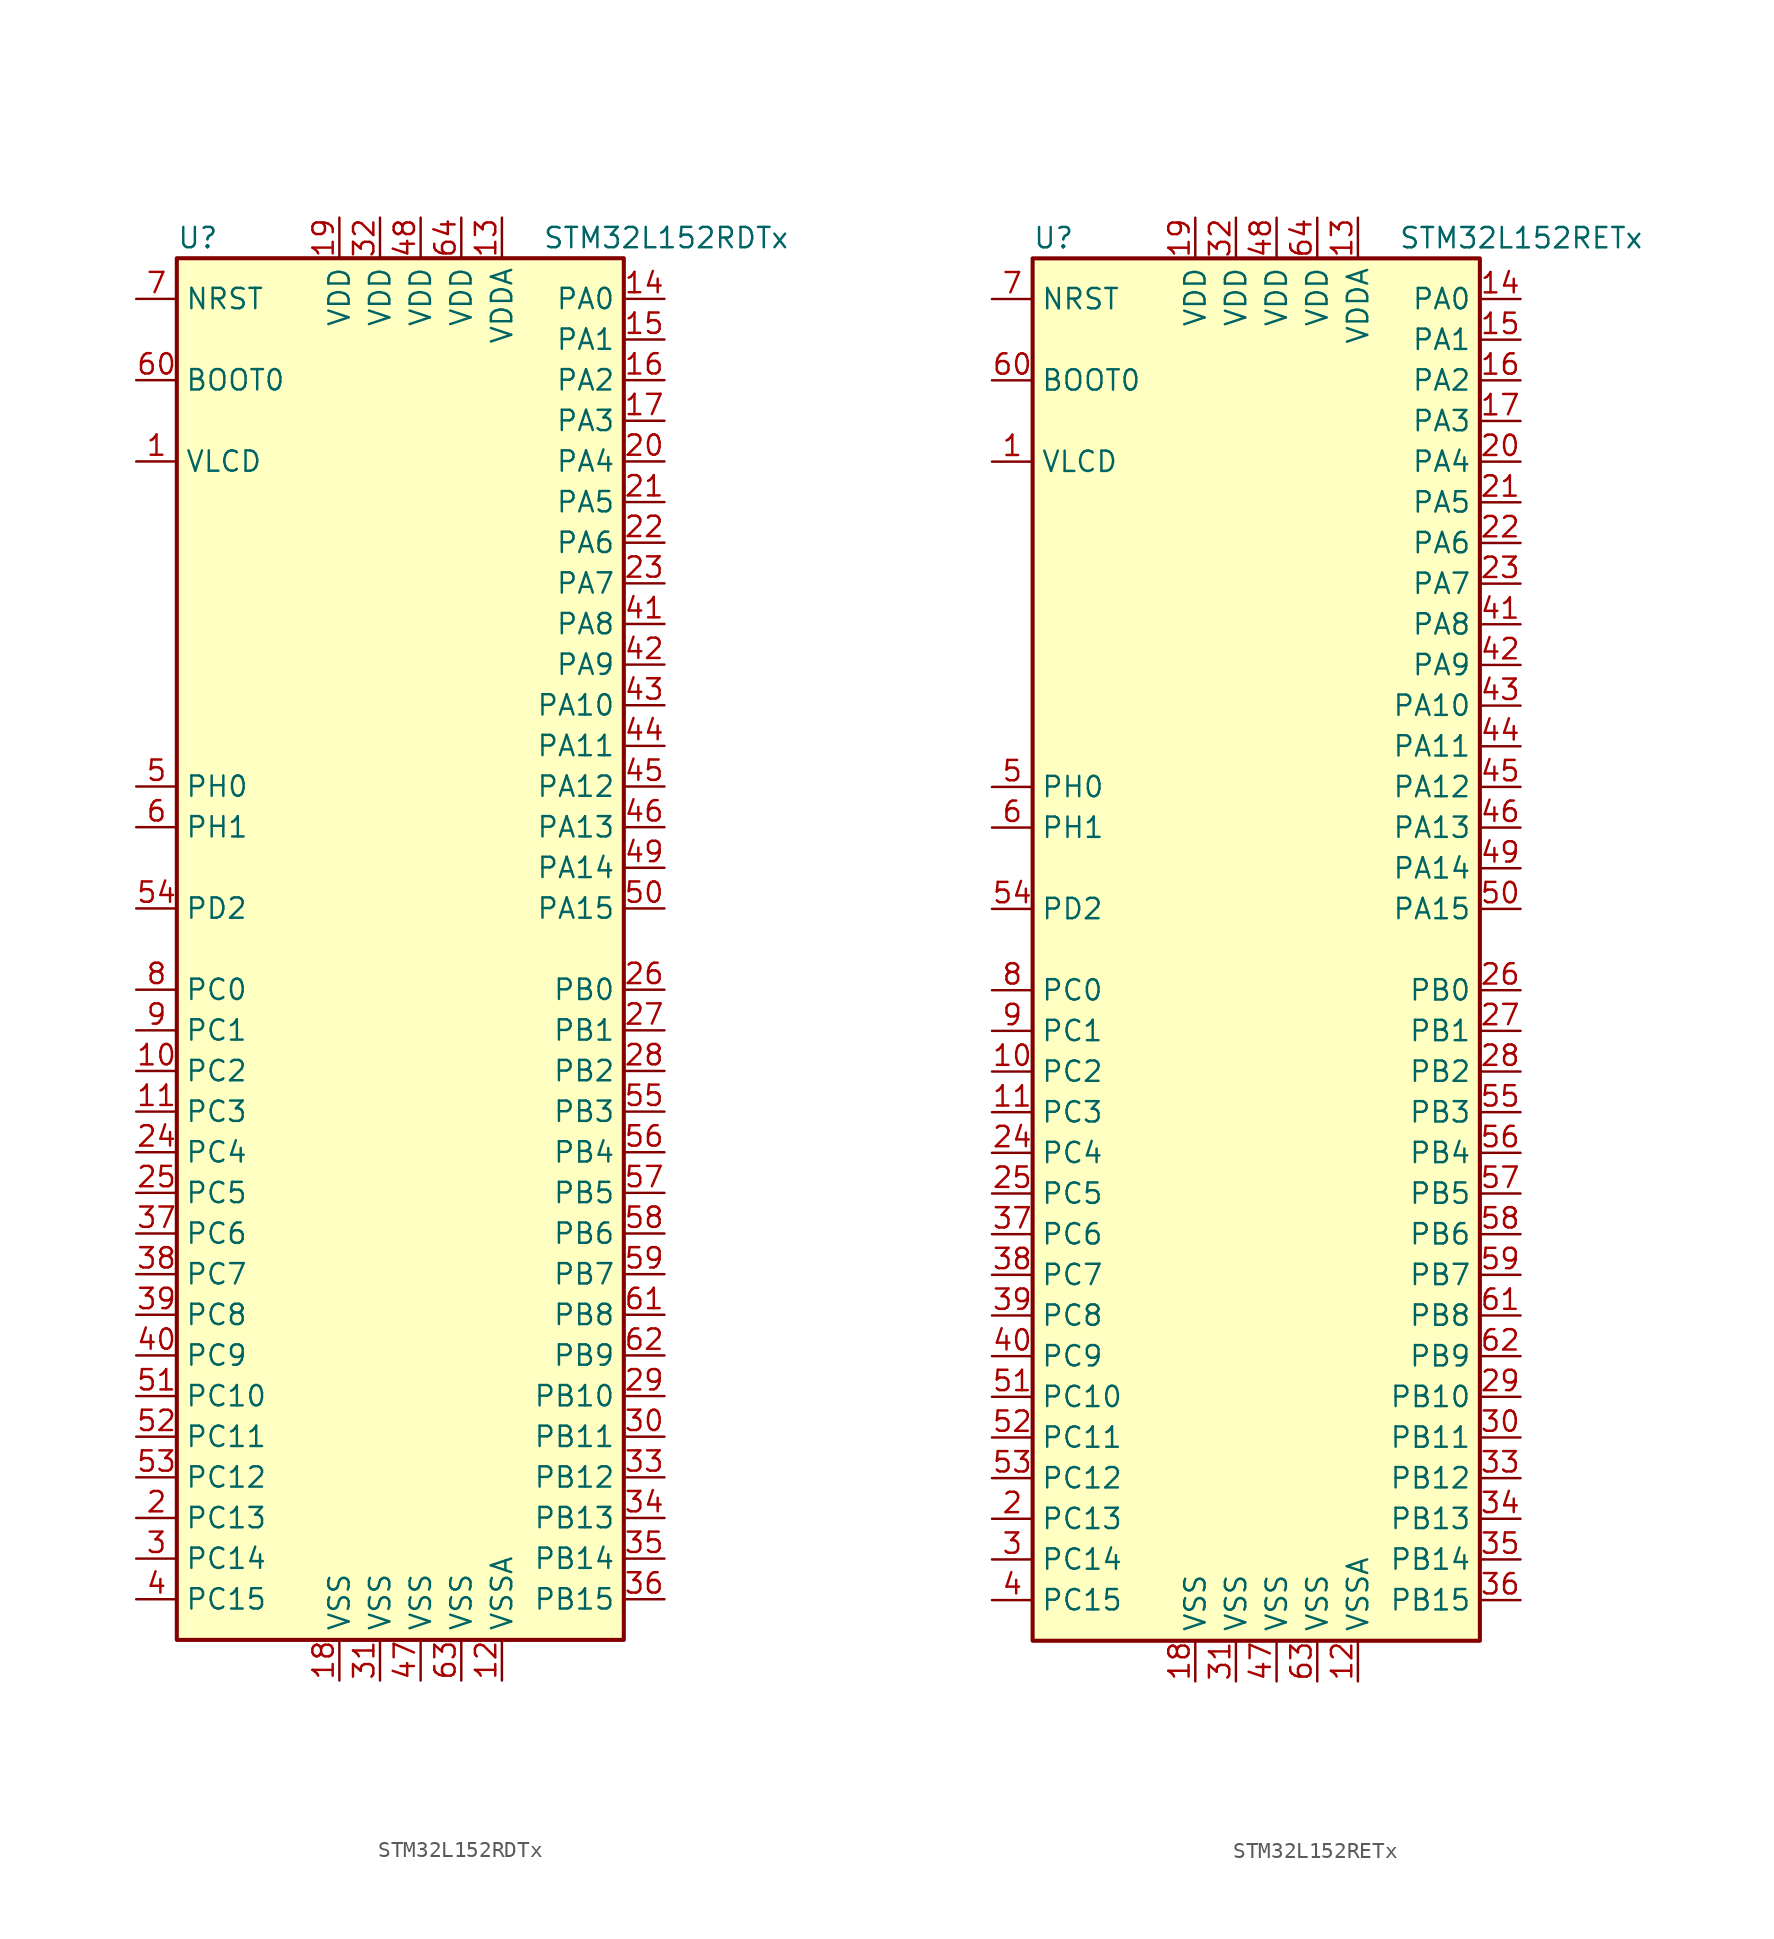
<source format=kicad_sym>
(kicad_symbol_lib
  (version 20211014)
  (generator kicad_symbol_editor)
  (symbol "STM32L152RDTx"
    (property "Reference" "U"
      (at -15.24 44.45 0)
      (effects (font (size 1.27 1.27)) (justify left)))
    (property "Value" "STM32L152RDTx"
      (at 7.62 44.45 0)
      (effects (font (size 1.27 1.27)) (justify left)))
    (symbol "STM32L152RDTx_0_1"
      (rectangle (start -15.24 -43.18) (end 12.7 43.18) (stroke (width 0.254) (type default) (color 0 0 0 0)) (fill (type background))))
    (symbol "STM32L152RDTx_1_1"
      (pin power_in line (at -17.78 30.48 0) (length 2.54) (name "VLCD" (effects (font (size 1.27 1.27)))) (number "1" (effects (font (size 1.27 1.27)))))
      (pin bidirectional line (at -17.78 -7.62 0) (length 2.54) (name "PC2" (effects (font (size 1.27 1.27)))) (number "10" (effects (font (size 1.27 1.27)))))
      (pin bidirectional line (at -17.78 -10.16 0) (length 2.54) (name "PC3" (effects (font (size 1.27 1.27)))) (number "11" (effects (font (size 1.27 1.27)))))
      (pin power_in line (at 5.08 -45.72 90) (length 2.54) (name "VSSA" (effects (font (size 1.27 1.27)))) (number "12" (effects (font (size 1.27 1.27)))))
      (pin power_in line (at 5.08 45.72 270) (length 2.54) (name "VDDA" (effects (font (size 1.27 1.27)))) (number "13" (effects (font (size 1.27 1.27)))))
      (pin bidirectional line (at 15.24 40.64 180) (length 2.54) (name "PA0" (effects (font (size 1.27 1.27)))) (number "14" (effects (font (size 1.27 1.27)))))
      (pin bidirectional line (at 15.24 38.1 180) (length 2.54) (name "PA1" (effects (font (size 1.27 1.27)))) (number "15" (effects (font (size 1.27 1.27)))))
      (pin bidirectional line (at 15.24 35.56 180) (length 2.54) (name "PA2" (effects (font (size 1.27 1.27)))) (number "16" (effects (font (size 1.27 1.27)))))
      (pin bidirectional line (at 15.24 33.02 180) (length 2.54) (name "PA3" (effects (font (size 1.27 1.27)))) (number "17" (effects (font (size 1.27 1.27)))))
      (pin power_in line (at -5.08 -45.72 90) (length 2.54) (name "VSS" (effects (font (size 1.27 1.27)))) (number "18" (effects (font (size 1.27 1.27)))))
      (pin power_in line (at -5.08 45.72 270) (length 2.54) (name "VDD" (effects (font (size 1.27 1.27)))) (number "19" (effects (font (size 1.27 1.27)))))
      (pin bidirectional line (at -17.78 -35.56 0) (length 2.54) (name "PC13" (effects (font (size 1.27 1.27)))) (number "2" (effects (font (size 1.27 1.27)))))
      (pin bidirectional line (at 15.24 30.48 180) (length 2.54) (name "PA4" (effects (font (size 1.27 1.27)))) (number "20" (effects (font (size 1.27 1.27)))))
      (pin bidirectional line (at 15.24 27.94 180) (length 2.54) (name "PA5" (effects (font (size 1.27 1.27)))) (number "21" (effects (font (size 1.27 1.27)))))
      (pin bidirectional line (at 15.24 25.4 180) (length 2.54) (name "PA6" (effects (font (size 1.27 1.27)))) (number "22" (effects (font (size 1.27 1.27)))))
      (pin bidirectional line (at 15.24 22.86 180) (length 2.54) (name "PA7" (effects (font (size 1.27 1.27)))) (number "23" (effects (font (size 1.27 1.27)))))
      (pin bidirectional line (at -17.78 -12.7 0) (length 2.54) (name "PC4" (effects (font (size 1.27 1.27)))) (number "24" (effects (font (size 1.27 1.27)))))
      (pin bidirectional line (at -17.78 -15.24 0) (length 2.54) (name "PC5" (effects (font (size 1.27 1.27)))) (number "25" (effects (font (size 1.27 1.27)))))
      (pin bidirectional line (at 15.24 -2.54 180) (length 2.54) (name "PB0" (effects (font (size 1.27 1.27)))) (number "26" (effects (font (size 1.27 1.27)))))
      (pin bidirectional line (at 15.24 -5.08 180) (length 2.54) (name "PB1" (effects (font (size 1.27 1.27)))) (number "27" (effects (font (size 1.27 1.27)))))
      (pin bidirectional line (at 15.24 -7.62 180) (length 2.54) (name "PB2" (effects (font (size 1.27 1.27)))) (number "28" (effects (font (size 1.27 1.27)))))
      (pin bidirectional line (at 15.24 -27.94 180) (length 2.54) (name "PB10" (effects (font (size 1.27 1.27)))) (number "29" (effects (font (size 1.27 1.27)))))
      (pin bidirectional line (at -17.78 -38.1 0) (length 2.54) (name "PC14" (effects (font (size 1.27 1.27)))) (number "3" (effects (font (size 1.27 1.27)))))
      (pin bidirectional line (at 15.24 -30.48 180) (length 2.54) (name "PB11" (effects (font (size 1.27 1.27)))) (number "30" (effects (font (size 1.27 1.27)))))
      (pin power_in line (at -2.54 -45.72 90) (length 2.54) (name "VSS" (effects (font (size 1.27 1.27)))) (number "31" (effects (font (size 1.27 1.27)))))
      (pin power_in line (at -2.54 45.72 270) (length 2.54) (name "VDD" (effects (font (size 1.27 1.27)))) (number "32" (effects (font (size 1.27 1.27)))))
      (pin bidirectional line (at 15.24 -33.02 180) (length 2.54) (name "PB12" (effects (font (size 1.27 1.27)))) (number "33" (effects (font (size 1.27 1.27)))))
      (pin bidirectional line (at 15.24 -35.56 180) (length 2.54) (name "PB13" (effects (font (size 1.27 1.27)))) (number "34" (effects (font (size 1.27 1.27)))))
      (pin bidirectional line (at 15.24 -38.1 180) (length 2.54) (name "PB14" (effects (font (size 1.27 1.27)))) (number "35" (effects (font (size 1.27 1.27)))))
      (pin bidirectional line (at 15.24 -40.64 180) (length 2.54) (name "PB15" (effects (font (size 1.27 1.27)))) (number "36" (effects (font (size 1.27 1.27)))))
      (pin bidirectional line (at -17.78 -17.78 0) (length 2.54) (name "PC6" (effects (font (size 1.27 1.27)))) (number "37" (effects (font (size 1.27 1.27)))))
      (pin bidirectional line (at -17.78 -20.32 0) (length 2.54) (name "PC7" (effects (font (size 1.27 1.27)))) (number "38" (effects (font (size 1.27 1.27)))))
      (pin bidirectional line (at -17.78 -22.86 0) (length 2.54) (name "PC8" (effects (font (size 1.27 1.27)))) (number "39" (effects (font (size 1.27 1.27)))))
      (pin bidirectional line (at -17.78 -40.64 0) (length 2.54) (name "PC15" (effects (font (size 1.27 1.27)))) (number "4" (effects (font (size 1.27 1.27)))))
      (pin bidirectional line (at -17.78 -25.4 0) (length 2.54) (name "PC9" (effects (font (size 1.27 1.27)))) (number "40" (effects (font (size 1.27 1.27)))))
      (pin bidirectional line (at 15.24 20.32 180) (length 2.54) (name "PA8" (effects (font (size 1.27 1.27)))) (number "41" (effects (font (size 1.27 1.27)))))
      (pin bidirectional line (at 15.24 17.78 180) (length 2.54) (name "PA9" (effects (font (size 1.27 1.27)))) (number "42" (effects (font (size 1.27 1.27)))))
      (pin bidirectional line (at 15.24 15.24 180) (length 2.54) (name "PA10" (effects (font (size 1.27 1.27)))) (number "43" (effects (font (size 1.27 1.27)))))
      (pin bidirectional line (at 15.24 12.7 180) (length 2.54) (name "PA11" (effects (font (size 1.27 1.27)))) (number "44" (effects (font (size 1.27 1.27)))))
      (pin bidirectional line (at 15.24 10.16 180) (length 2.54) (name "PA12" (effects (font (size 1.27 1.27)))) (number "45" (effects (font (size 1.27 1.27)))))
      (pin bidirectional line (at 15.24 7.62 180) (length 2.54) (name "PA13" (effects (font (size 1.27 1.27)))) (number "46" (effects (font (size 1.27 1.27)))))
      (pin power_in line (at 0 -45.72 90) (length 2.54) (name "VSS" (effects (font (size 1.27 1.27)))) (number "47" (effects (font (size 1.27 1.27)))))
      (pin power_in line (at 0 45.72 270) (length 2.54) (name "VDD" (effects (font (size 1.27 1.27)))) (number "48" (effects (font (size 1.27 1.27)))))
      (pin bidirectional line (at 15.24 5.08 180) (length 2.54) (name "PA14" (effects (font (size 1.27 1.27)))) (number "49" (effects (font (size 1.27 1.27)))))
      (pin input line (at -17.78 10.16 0) (length 2.54) (name "PH0" (effects (font (size 1.27 1.27)))) (number "5" (effects (font (size 1.27 1.27)))))
      (pin bidirectional line (at 15.24 2.54 180) (length 2.54) (name "PA15" (effects (font (size 1.27 1.27)))) (number "50" (effects (font (size 1.27 1.27)))))
      (pin bidirectional line (at -17.78 -27.94 0) (length 2.54) (name "PC10" (effects (font (size 1.27 1.27)))) (number "51" (effects (font (size 1.27 1.27)))))
      (pin bidirectional line (at -17.78 -30.48 0) (length 2.54) (name "PC11" (effects (font (size 1.27 1.27)))) (number "52" (effects (font (size 1.27 1.27)))))
      (pin bidirectional line (at -17.78 -33.02 0) (length 2.54) (name "PC12" (effects (font (size 1.27 1.27)))) (number "53" (effects (font (size 1.27 1.27)))))
      (pin bidirectional line (at -17.78 2.54 0) (length 2.54) (name "PD2" (effects (font (size 1.27 1.27)))) (number "54" (effects (font (size 1.27 1.27)))))
      (pin bidirectional line (at 15.24 -10.16 180) (length 2.54) (name "PB3" (effects (font (size 1.27 1.27)))) (number "55" (effects (font (size 1.27 1.27)))))
      (pin bidirectional line (at 15.24 -12.7 180) (length 2.54) (name "PB4" (effects (font (size 1.27 1.27)))) (number "56" (effects (font (size 1.27 1.27)))))
      (pin bidirectional line (at 15.24 -15.24 180) (length 2.54) (name "PB5" (effects (font (size 1.27 1.27)))) (number "57" (effects (font (size 1.27 1.27)))))
      (pin bidirectional line (at 15.24 -17.78 180) (length 2.54) (name "PB6" (effects (font (size 1.27 1.27)))) (number "58" (effects (font (size 1.27 1.27)))))
      (pin bidirectional line (at 15.24 -20.32 180) (length 2.54) (name "PB7" (effects (font (size 1.27 1.27)))) (number "59" (effects (font (size 1.27 1.27)))))
      (pin input line (at -17.78 7.62 0) (length 2.54) (name "PH1" (effects (font (size 1.27 1.27)))) (number "6" (effects (font (size 1.27 1.27)))))
      (pin input line (at -17.78 35.56 0) (length 2.54) (name "BOOT0" (effects (font (size 1.27 1.27)))) (number "60" (effects (font (size 1.27 1.27)))))
      (pin bidirectional line (at 15.24 -22.86 180) (length 2.54) (name "PB8" (effects (font (size 1.27 1.27)))) (number "61" (effects (font (size 1.27 1.27)))))
      (pin bidirectional line (at 15.24 -25.4 180) (length 2.54) (name "PB9" (effects (font (size 1.27 1.27)))) (number "62" (effects (font (size 1.27 1.27)))))
      (pin power_in line (at 2.54 -45.72 90) (length 2.54) (name "VSS" (effects (font (size 1.27 1.27)))) (number "63" (effects (font (size 1.27 1.27)))))
      (pin power_in line (at 2.54 45.72 270) (length 2.54) (name "VDD" (effects (font (size 1.27 1.27)))) (number "64" (effects (font (size 1.27 1.27)))))
      (pin input line (at -17.78 40.64 0) (length 2.54) (name "NRST" (effects (font (size 1.27 1.27)))) (number "7" (effects (font (size 1.27 1.27)))))
      (pin bidirectional line (at -17.78 -2.54 0) (length 2.54) (name "PC0" (effects (font (size 1.27 1.27)))) (number "8" (effects (font (size 1.27 1.27)))))
      (pin bidirectional line (at -17.78 -5.08 0) (length 2.54) (name "PC1" (effects (font (size 1.27 1.27)))) (number "9" (effects (font (size 1.27 1.27)))))))
  (symbol "STM32L152RETx"
    (property "Reference" "U"
      (at -15.24 44.45 0)
      (effects (font (size 1.27 1.27)) (justify left)))
    (property "Value" "STM32L152RETx"
      (at 7.62 44.45 0)
      (effects (font (size 1.27 1.27)) (justify left)))
    (symbol "STM32L152RETx_0_1"
      (rectangle (start -15.24 -43.18) (end 12.7 43.18) (stroke (width 0.254) (type default) (color 0 0 0 0)) (fill (type background))))
    (symbol "STM32L152RETx_1_1"
      (pin power_in line (at -17.78 30.48 0) (length 2.54) (name "VLCD" (effects (font (size 1.27 1.27)))) (number "1" (effects (font (size 1.27 1.27)))))
      (pin bidirectional line (at -17.78 -7.62 0) (length 2.54) (name "PC2" (effects (font (size 1.27 1.27)))) (number "10" (effects (font (size 1.27 1.27)))))
      (pin bidirectional line (at -17.78 -10.16 0) (length 2.54) (name "PC3" (effects (font (size 1.27 1.27)))) (number "11" (effects (font (size 1.27 1.27)))))
      (pin power_in line (at 5.08 -45.72 90) (length 2.54) (name "VSSA" (effects (font (size 1.27 1.27)))) (number "12" (effects (font (size 1.27 1.27)))))
      (pin power_in line (at 5.08 45.72 270) (length 2.54) (name "VDDA" (effects (font (size 1.27 1.27)))) (number "13" (effects (font (size 1.27 1.27)))))
      (pin bidirectional line (at 15.24 40.64 180) (length 2.54) (name "PA0" (effects (font (size 1.27 1.27)))) (number "14" (effects (font (size 1.27 1.27)))))
      (pin bidirectional line (at 15.24 38.1 180) (length 2.54) (name "PA1" (effects (font (size 1.27 1.27)))) (number "15" (effects (font (size 1.27 1.27)))))
      (pin bidirectional line (at 15.24 35.56 180) (length 2.54) (name "PA2" (effects (font (size 1.27 1.27)))) (number "16" (effects (font (size 1.27 1.27)))))
      (pin bidirectional line (at 15.24 33.02 180) (length 2.54) (name "PA3" (effects (font (size 1.27 1.27)))) (number "17" (effects (font (size 1.27 1.27)))))
      (pin power_in line (at -5.08 -45.72 90) (length 2.54) (name "VSS" (effects (font (size 1.27 1.27)))) (number "18" (effects (font (size 1.27 1.27)))))
      (pin power_in line (at -5.08 45.72 270) (length 2.54) (name "VDD" (effects (font (size 1.27 1.27)))) (number "19" (effects (font (size 1.27 1.27)))))
      (pin bidirectional line (at -17.78 -35.56 0) (length 2.54) (name "PC13" (effects (font (size 1.27 1.27)))) (number "2" (effects (font (size 1.27 1.27)))))
      (pin bidirectional line (at 15.24 30.48 180) (length 2.54) (name "PA4" (effects (font (size 1.27 1.27)))) (number "20" (effects (font (size 1.27 1.27)))))
      (pin bidirectional line (at 15.24 27.94 180) (length 2.54) (name "PA5" (effects (font (size 1.27 1.27)))) (number "21" (effects (font (size 1.27 1.27)))))
      (pin bidirectional line (at 15.24 25.4 180) (length 2.54) (name "PA6" (effects (font (size 1.27 1.27)))) (number "22" (effects (font (size 1.27 1.27)))))
      (pin bidirectional line (at 15.24 22.86 180) (length 2.54) (name "PA7" (effects (font (size 1.27 1.27)))) (number "23" (effects (font (size 1.27 1.27)))))
      (pin bidirectional line (at -17.78 -12.7 0) (length 2.54) (name "PC4" (effects (font (size 1.27 1.27)))) (number "24" (effects (font (size 1.27 1.27)))))
      (pin bidirectional line (at -17.78 -15.24 0) (length 2.54) (name "PC5" (effects (font (size 1.27 1.27)))) (number "25" (effects (font (size 1.27 1.27)))))
      (pin bidirectional line (at 15.24 -2.54 180) (length 2.54) (name "PB0" (effects (font (size 1.27 1.27)))) (number "26" (effects (font (size 1.27 1.27)))))
      (pin bidirectional line (at 15.24 -5.08 180) (length 2.54) (name "PB1" (effects (font (size 1.27 1.27)))) (number "27" (effects (font (size 1.27 1.27)))))
      (pin bidirectional line (at 15.24 -7.62 180) (length 2.54) (name "PB2" (effects (font (size 1.27 1.27)))) (number "28" (effects (font (size 1.27 1.27)))))
      (pin bidirectional line (at 15.24 -27.94 180) (length 2.54) (name "PB10" (effects (font (size 1.27 1.27)))) (number "29" (effects (font (size 1.27 1.27)))))
      (pin bidirectional line (at -17.78 -38.1 0) (length 2.54) (name "PC14" (effects (font (size 1.27 1.27)))) (number "3" (effects (font (size 1.27 1.27)))))
      (pin bidirectional line (at 15.24 -30.48 180) (length 2.54) (name "PB11" (effects (font (size 1.27 1.27)))) (number "30" (effects (font (size 1.27 1.27)))))
      (pin power_in line (at -2.54 -45.72 90) (length 2.54) (name "VSS" (effects (font (size 1.27 1.27)))) (number "31" (effects (font (size 1.27 1.27)))))
      (pin power_in line (at -2.54 45.72 270) (length 2.54) (name "VDD" (effects (font (size 1.27 1.27)))) (number "32" (effects (font (size 1.27 1.27)))))
      (pin bidirectional line (at 15.24 -33.02 180) (length 2.54) (name "PB12" (effects (font (size 1.27 1.27)))) (number "33" (effects (font (size 1.27 1.27)))))
      (pin bidirectional line (at 15.24 -35.56 180) (length 2.54) (name "PB13" (effects (font (size 1.27 1.27)))) (number "34" (effects (font (size 1.27 1.27)))))
      (pin bidirectional line (at 15.24 -38.1 180) (length 2.54) (name "PB14" (effects (font (size 1.27 1.27)))) (number "35" (effects (font (size 1.27 1.27)))))
      (pin bidirectional line (at 15.24 -40.64 180) (length 2.54) (name "PB15" (effects (font (size 1.27 1.27)))) (number "36" (effects (font (size 1.27 1.27)))))
      (pin bidirectional line (at -17.78 -17.78 0) (length 2.54) (name "PC6" (effects (font (size 1.27 1.27)))) (number "37" (effects (font (size 1.27 1.27)))))
      (pin bidirectional line (at -17.78 -20.32 0) (length 2.54) (name "PC7" (effects (font (size 1.27 1.27)))) (number "38" (effects (font (size 1.27 1.27)))))
      (pin bidirectional line (at -17.78 -22.86 0) (length 2.54) (name "PC8" (effects (font (size 1.27 1.27)))) (number "39" (effects (font (size 1.27 1.27)))))
      (pin bidirectional line (at -17.78 -40.64 0) (length 2.54) (name "PC15" (effects (font (size 1.27 1.27)))) (number "4" (effects (font (size 1.27 1.27)))))
      (pin bidirectional line (at -17.78 -25.4 0) (length 2.54) (name "PC9" (effects (font (size 1.27 1.27)))) (number "40" (effects (font (size 1.27 1.27)))))
      (pin bidirectional line (at 15.24 20.32 180) (length 2.54) (name "PA8" (effects (font (size 1.27 1.27)))) (number "41" (effects (font (size 1.27 1.27)))))
      (pin bidirectional line (at 15.24 17.78 180) (length 2.54) (name "PA9" (effects (font (size 1.27 1.27)))) (number "42" (effects (font (size 1.27 1.27)))))
      (pin bidirectional line (at 15.24 15.24 180) (length 2.54) (name "PA10" (effects (font (size 1.27 1.27)))) (number "43" (effects (font (size 1.27 1.27)))))
      (pin bidirectional line (at 15.24 12.7 180) (length 2.54) (name "PA11" (effects (font (size 1.27 1.27)))) (number "44" (effects (font (size 1.27 1.27)))))
      (pin bidirectional line (at 15.24 10.16 180) (length 2.54) (name "PA12" (effects (font (size 1.27 1.27)))) (number "45" (effects (font (size 1.27 1.27)))))
      (pin bidirectional line (at 15.24 7.62 180) (length 2.54) (name "PA13" (effects (font (size 1.27 1.27)))) (number "46" (effects (font (size 1.27 1.27)))))
      (pin power_in line (at 0 -45.72 90) (length 2.54) (name "VSS" (effects (font (size 1.27 1.27)))) (number "47" (effects (font (size 1.27 1.27)))))
      (pin power_in line (at 0 45.72 270) (length 2.54) (name "VDD" (effects (font (size 1.27 1.27)))) (number "48" (effects (font (size 1.27 1.27)))))
      (pin bidirectional line (at 15.24 5.08 180) (length 2.54) (name "PA14" (effects (font (size 1.27 1.27)))) (number "49" (effects (font (size 1.27 1.27)))))
      (pin input line (at -17.78 10.16 0) (length 2.54) (name "PH0" (effects (font (size 1.27 1.27)))) (number "5" (effects (font (size 1.27 1.27)))))
      (pin bidirectional line (at 15.24 2.54 180) (length 2.54) (name "PA15" (effects (font (size 1.27 1.27)))) (number "50" (effects (font (size 1.27 1.27)))))
      (pin bidirectional line (at -17.78 -27.94 0) (length 2.54) (name "PC10" (effects (font (size 1.27 1.27)))) (number "51" (effects (font (size 1.27 1.27)))))
      (pin bidirectional line (at -17.78 -30.48 0) (length 2.54) (name "PC11" (effects (font (size 1.27 1.27)))) (number "52" (effects (font (size 1.27 1.27)))))
      (pin bidirectional line (at -17.78 -33.02 0) (length 2.54) (name "PC12" (effects (font (size 1.27 1.27)))) (number "53" (effects (font (size 1.27 1.27)))))
      (pin bidirectional line (at -17.78 2.54 0) (length 2.54) (name "PD2" (effects (font (size 1.27 1.27)))) (number "54" (effects (font (size 1.27 1.27)))))
      (pin bidirectional line (at 15.24 -10.16 180) (length 2.54) (name "PB3" (effects (font (size 1.27 1.27)))) (number "55" (effects (font (size 1.27 1.27)))))
      (pin bidirectional line (at 15.24 -12.7 180) (length 2.54) (name "PB4" (effects (font (size 1.27 1.27)))) (number "56" (effects (font (size 1.27 1.27)))))
      (pin bidirectional line (at 15.24 -15.24 180) (length 2.54) (name "PB5" (effects (font (size 1.27 1.27)))) (number "57" (effects (font (size 1.27 1.27)))))
      (pin bidirectional line (at 15.24 -17.78 180) (length 2.54) (name "PB6" (effects (font (size 1.27 1.27)))) (number "58" (effects (font (size 1.27 1.27)))))
      (pin bidirectional line (at 15.24 -20.32 180) (length 2.54) (name "PB7" (effects (font (size 1.27 1.27)))) (number "59" (effects (font (size 1.27 1.27)))))
      (pin input line (at -17.78 7.62 0) (length 2.54) (name "PH1" (effects (font (size 1.27 1.27)))) (number "6" (effects (font (size 1.27 1.27)))))
      (pin input line (at -17.78 35.56 0) (length 2.54) (name "BOOT0" (effects (font (size 1.27 1.27)))) (number "60" (effects (font (size 1.27 1.27)))))
      (pin bidirectional line (at 15.24 -22.86 180) (length 2.54) (name "PB8" (effects (font (size 1.27 1.27)))) (number "61" (effects (font (size 1.27 1.27)))))
      (pin bidirectional line (at 15.24 -25.4 180) (length 2.54) (name "PB9" (effects (font (size 1.27 1.27)))) (number "62" (effects (font (size 1.27 1.27)))))
      (pin power_in line (at 2.54 -45.72 90) (length 2.54) (name "VSS" (effects (font (size 1.27 1.27)))) (number "63" (effects (font (size 1.27 1.27)))))
      (pin power_in line (at 2.54 45.72 270) (length 2.54) (name "VDD" (effects (font (size 1.27 1.27)))) (number "64" (effects (font (size 1.27 1.27)))))
      (pin input line (at -17.78 40.64 0) (length 2.54) (name "NRST" (effects (font (size 1.27 1.27)))) (number "7" (effects (font (size 1.27 1.27)))))
      (pin bidirectional line (at -17.78 -2.54 0) (length 2.54) (name "PC0" (effects (font (size 1.27 1.27)))) (number "8" (effects (font (size 1.27 1.27)))))
      (pin bidirectional line (at -17.78 -5.08 0) (length 2.54) (name "PC1" (effects (font (size 1.27 1.27)))) (number "9" (effects (font (size 1.27 1.27))))))))
</source>
